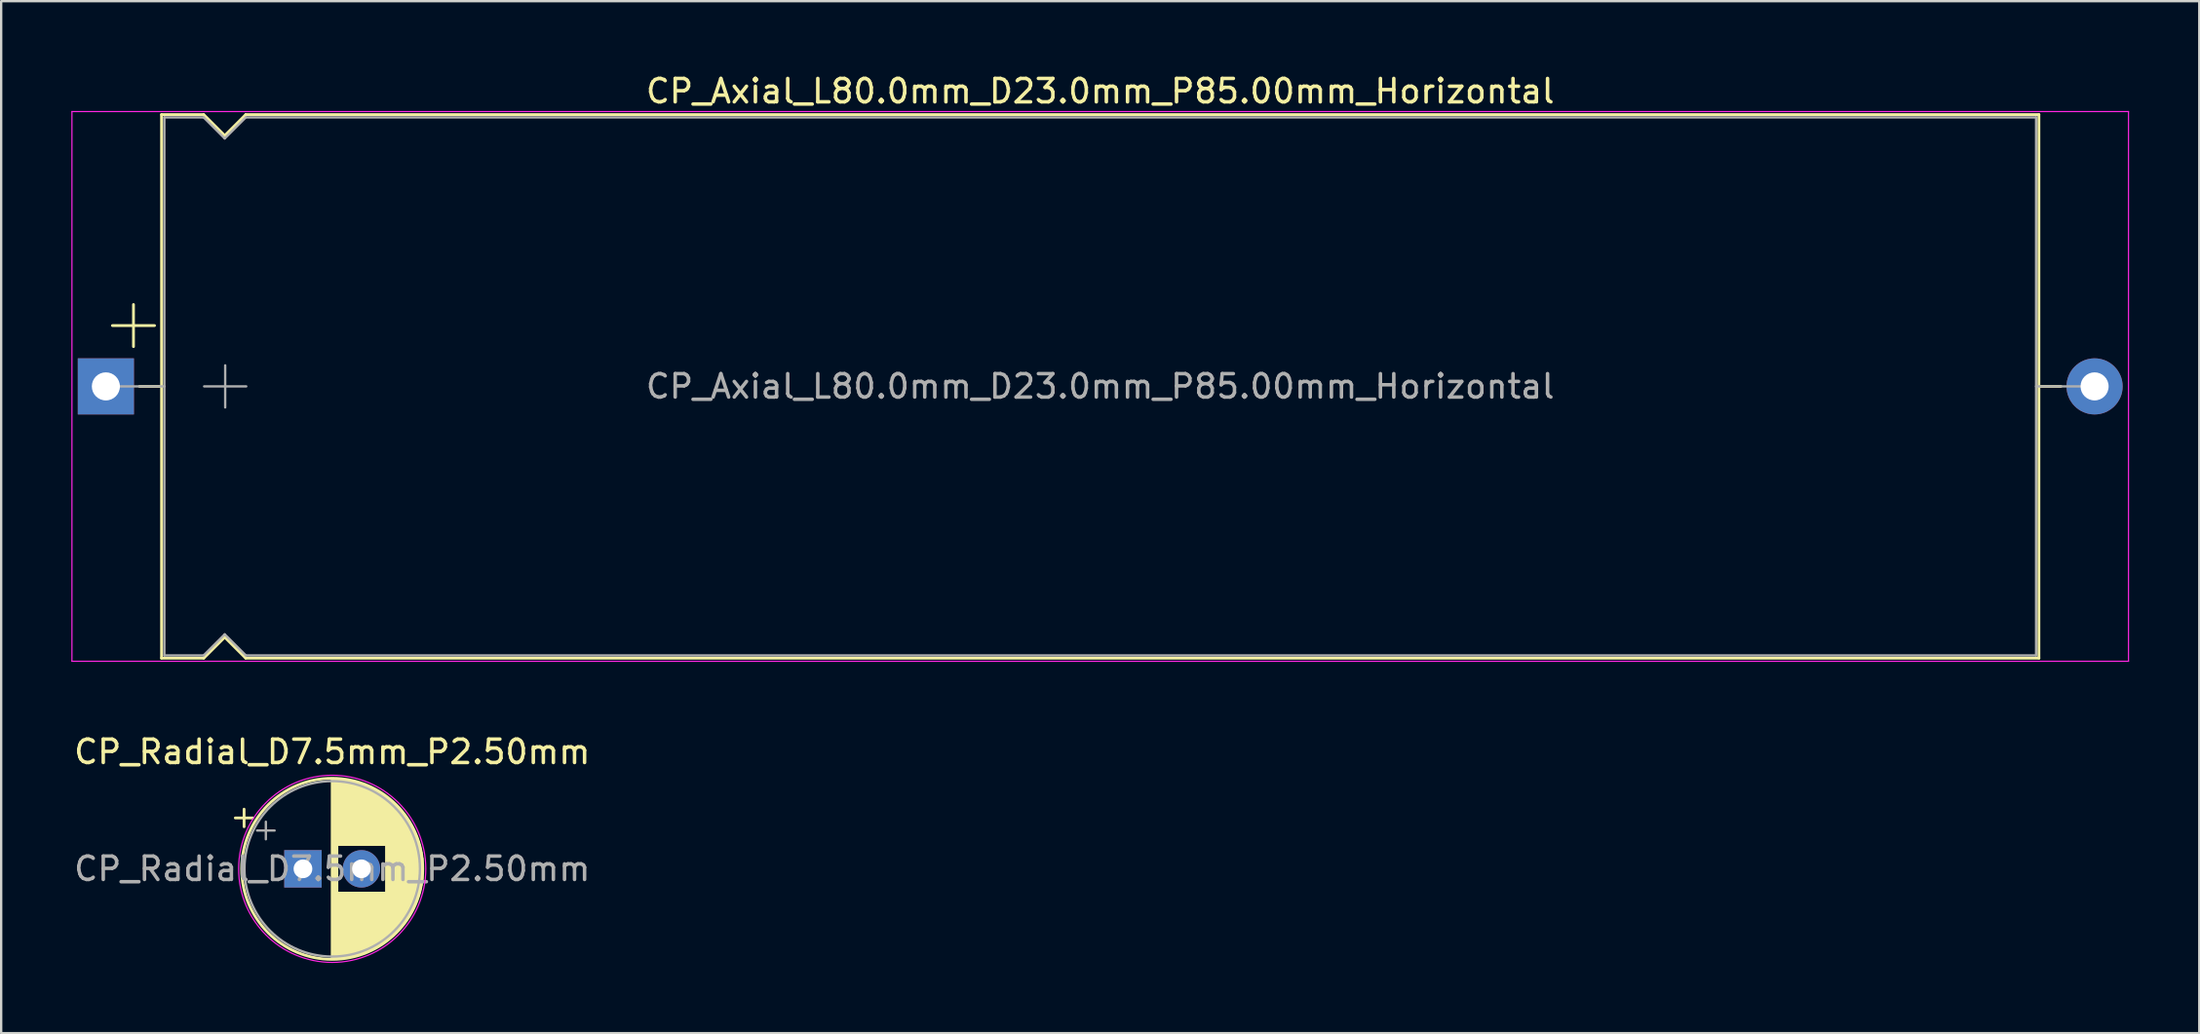
<source format=kicad_pcb>
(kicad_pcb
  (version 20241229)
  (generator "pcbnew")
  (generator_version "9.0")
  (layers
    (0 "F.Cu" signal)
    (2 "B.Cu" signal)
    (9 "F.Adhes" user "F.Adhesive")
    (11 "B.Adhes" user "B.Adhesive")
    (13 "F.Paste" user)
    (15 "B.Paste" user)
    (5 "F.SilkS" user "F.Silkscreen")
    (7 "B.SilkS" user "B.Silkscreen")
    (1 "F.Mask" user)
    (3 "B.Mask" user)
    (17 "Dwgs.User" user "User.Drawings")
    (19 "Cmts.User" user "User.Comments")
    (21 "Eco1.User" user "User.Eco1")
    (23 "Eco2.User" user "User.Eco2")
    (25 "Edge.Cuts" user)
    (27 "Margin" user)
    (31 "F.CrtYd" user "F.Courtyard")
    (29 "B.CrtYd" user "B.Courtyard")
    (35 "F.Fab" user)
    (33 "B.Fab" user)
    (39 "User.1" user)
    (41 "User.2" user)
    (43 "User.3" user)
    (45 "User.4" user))
  (footprint "CP_Radial_D7.5mm_P2.50mm"
    (layer "F.Cu")
    (at 9.899 34.092)
    (property "Reference" "CP_Radial_D7.5mm_P2.50mm" (at 1.25 -5 0) (layer "F.SilkS") (effects (font (size 1 1) (thickness 0.15))))
    (attr through_hole)
    (fp_line (start -2.892 -2.175) (end -2.142 -2.175) (stroke (width 0.12) (type solid)) (layer "F.SilkS"))
    (fp_line (start -2.517 -2.55) (end -2.517 -1.8) (stroke (width 0.12) (type solid)) (layer "F.SilkS"))
    (fp_line (start 1.25 -3.83) (end 1.25 3.83) (stroke (width 0.12) (type solid)) (layer "F.SilkS"))
    (fp_line (start 1.29 -3.83) (end 1.29 3.83) (stroke (width 0.12) (type solid)) (layer "F.SilkS"))
    (fp_line (start 1.33 -3.83) (end 1.33 3.83) (stroke (width 0.12) (type solid)) (layer "F.SilkS"))
    (fp_line (start 1.37 -3.829) (end 1.37 3.829) (stroke (width 0.12) (type solid)) (layer "F.SilkS"))
    (fp_line (start 1.41 -3.827) (end 1.41 3.827) (stroke (width 0.12) (type solid)) (layer "F.SilkS"))
    (fp_line (start 1.45 -3.825) (end 1.45 3.825) (stroke (width 0.12) (type solid)) (layer "F.SilkS"))
    (fp_line (start 1.49 -3.823) (end 1.49 -1.04) (stroke (width 0.12) (type solid)) (layer "F.SilkS"))
    (fp_line (start 1.49 1.04) (end 1.49 3.823) (stroke (width 0.12) (type solid)) (layer "F.SilkS"))
    (fp_line (start 1.53 -3.82) (end 1.53 -1.04) (stroke (width 0.12) (type solid)) (layer "F.SilkS"))
    (fp_line (start 1.53 1.04) (end 1.53 3.82) (stroke (width 0.12) (type solid)) (layer "F.SilkS"))
    (fp_line (start 1.57 -3.817) (end 1.57 -1.04) (stroke (width 0.12) (type solid)) (layer "F.SilkS"))
    (fp_line (start 1.57 1.04) (end 1.57 3.817) (stroke (width 0.12) (type solid)) (layer "F.SilkS"))
    (fp_line (start 1.61 -3.814) (end 1.61 -1.04) (stroke (width 0.12) (type solid)) (layer "F.SilkS"))
    (fp_line (start 1.61 1.04) (end 1.61 3.814) (stroke (width 0.12) (type solid)) (layer "F.SilkS"))
    (fp_line (start 1.65 -3.81) (end 1.65 -1.04) (stroke (width 0.12) (type solid)) (layer "F.SilkS"))
    (fp_line (start 1.65 1.04) (end 1.65 3.81) (stroke (width 0.12) (type solid)) (layer "F.SilkS"))
    (fp_line (start 1.69 -3.805) (end 1.69 -1.04) (stroke (width 0.12) (type solid)) (layer "F.SilkS"))
    (fp_line (start 1.69 1.04) (end 1.69 3.805) (stroke (width 0.12) (type solid)) (layer "F.SilkS"))
    (fp_line (start 1.73 -3.801) (end 1.73 -1.04) (stroke (width 0.12) (type solid)) (layer "F.SilkS"))
    (fp_line (start 1.73 1.04) (end 1.73 3.801) (stroke (width 0.12) (type solid)) (layer "F.SilkS"))
    (fp_line (start 1.77 -3.795) (end 1.77 -1.04) (stroke (width 0.12) (type solid)) (layer "F.SilkS"))
    (fp_line (start 1.77 1.04) (end 1.77 3.795) (stroke (width 0.12) (type solid)) (layer "F.SilkS"))
    (fp_line (start 1.81 -3.79) (end 1.81 -1.04) (stroke (width 0.12) (type solid)) (layer "F.SilkS"))
    (fp_line (start 1.81 1.04) (end 1.81 3.79) (stroke (width 0.12) (type solid)) (layer "F.SilkS"))
    (fp_line (start 1.85 -3.784) (end 1.85 -1.04) (stroke (width 0.12) (type solid)) (layer "F.SilkS"))
    (fp_line (start 1.85 1.04) (end 1.85 3.784) (stroke (width 0.12) (type solid)) (layer "F.SilkS"))
    (fp_line (start 1.89 -3.777) (end 1.89 -1.04) (stroke (width 0.12) (type solid)) (layer "F.SilkS"))
    (fp_line (start 1.89 1.04) (end 1.89 3.777) (stroke (width 0.12) (type solid)) (layer "F.SilkS"))
    (fp_line (start 1.93 -3.77) (end 1.93 -1.04) (stroke (width 0.12) (type solid)) (layer "F.SilkS"))
    (fp_line (start 1.93 1.04) (end 1.93 3.77) (stroke (width 0.12) (type solid)) (layer "F.SilkS"))
    (fp_line (start 1.971 -3.763) (end 1.971 -1.04) (stroke (width 0.12) (type solid)) (layer "F.SilkS"))
    (fp_line (start 1.971 1.04) (end 1.971 3.763) (stroke (width 0.12) (type solid)) (layer "F.SilkS"))
    (fp_line (start 2.011 -3.755) (end 2.011 -1.04) (stroke (width 0.12) (type solid)) (layer "F.SilkS"))
    (fp_line (start 2.011 1.04) (end 2.011 3.755) (stroke (width 0.12) (type solid)) (layer "F.SilkS"))
    (fp_line (start 2.051 -3.747) (end 2.051 -1.04) (stroke (width 0.12) (type solid)) (layer "F.SilkS"))
    (fp_line (start 2.051 1.04) (end 2.051 3.747) (stroke (width 0.12) (type solid)) (layer "F.SilkS"))
    (fp_line (start 2.091 -3.738) (end 2.091 -1.04) (stroke (width 0.12) (type solid)) (layer "F.SilkS"))
    (fp_line (start 2.091 1.04) (end 2.091 3.738) (stroke (width 0.12) (type solid)) (layer "F.SilkS"))
    (fp_line (start 2.131 -3.729) (end 2.131 -1.04) (stroke (width 0.12) (type solid)) (layer "F.SilkS"))
    (fp_line (start 2.131 1.04) (end 2.131 3.729) (stroke (width 0.12) (type solid)) (layer "F.SilkS"))
    (fp_line (start 2.171 -3.72) (end 2.171 -1.04) (stroke (width 0.12) (type solid)) (layer "F.SilkS"))
    (fp_line (start 2.171 1.04) (end 2.171 3.72) (stroke (width 0.12) (type solid)) (layer "F.SilkS"))
    (fp_line (start 2.211 -3.71) (end 2.211 -1.04) (stroke (width 0.12) (type solid)) (layer "F.SilkS"))
    (fp_line (start 2.211 1.04) (end 2.211 3.71) (stroke (width 0.12) (type solid)) (layer "F.SilkS"))
    (fp_line (start 2.251 -3.699) (end 2.251 -1.04) (stroke (width 0.12) (type solid)) (layer "F.SilkS"))
    (fp_line (start 2.251 1.04) (end 2.251 3.699) (stroke (width 0.12) (type solid)) (layer "F.SilkS"))
    (fp_line (start 2.291 -3.688) (end 2.291 -1.04) (stroke (width 0.12) (type solid)) (layer "F.SilkS"))
    (fp_line (start 2.291 1.04) (end 2.291 3.688) (stroke (width 0.12) (type solid)) (layer "F.SilkS"))
    (fp_line (start 2.331 -3.677) (end 2.331 -1.04) (stroke (width 0.12) (type solid)) (layer "F.SilkS"))
    (fp_line (start 2.331 1.04) (end 2.331 3.677) (stroke (width 0.12) (type solid)) (layer "F.SilkS"))
    (fp_line (start 2.371 -3.665) (end 2.371 -1.04) (stroke (width 0.12) (type solid)) (layer "F.SilkS"))
    (fp_line (start 2.371 1.04) (end 2.371 3.665) (stroke (width 0.12) (type solid)) (layer "F.SilkS"))
    (fp_line (start 2.411 -3.653) (end 2.411 -1.04) (stroke (width 0.12) (type solid)) (layer "F.SilkS"))
    (fp_line (start 2.411 1.04) (end 2.411 3.653) (stroke (width 0.12) (type solid)) (layer "F.SilkS"))
    (fp_line (start 2.451 -3.64) (end 2.451 -1.04) (stroke (width 0.12) (type solid)) (layer "F.SilkS"))
    (fp_line (start 2.451 1.04) (end 2.451 3.64) (stroke (width 0.12) (type solid)) (layer "F.SilkS"))
    (fp_line (start 2.491 -3.626) (end 2.491 -1.04) (stroke (width 0.12) (type solid)) (layer "F.SilkS"))
    (fp_line (start 2.491 1.04) (end 2.491 3.626) (stroke (width 0.12) (type solid)) (layer "F.SilkS"))
    (fp_line (start 2.531 -3.613) (end 2.531 -1.04) (stroke (width 0.12) (type solid)) (layer "F.SilkS"))
    (fp_line (start 2.531 1.04) (end 2.531 3.613) (stroke (width 0.12) (type solid)) (layer "F.SilkS"))
    (fp_line (start 2.571 -3.598) (end 2.571 -1.04) (stroke (width 0.12) (type solid)) (layer "F.SilkS"))
    (fp_line (start 2.571 1.04) (end 2.571 3.598) (stroke (width 0.12) (type solid)) (layer "F.SilkS"))
    (fp_line (start 2.611 -3.584) (end 2.611 -1.04) (stroke (width 0.12) (type solid)) (layer "F.SilkS"))
    (fp_line (start 2.611 1.04) (end 2.611 3.584) (stroke (width 0.12) (type solid)) (layer "F.SilkS"))
    (fp_line (start 2.651 -3.568) (end 2.651 -1.04) (stroke (width 0.12) (type solid)) (layer "F.SilkS"))
    (fp_line (start 2.651 1.04) (end 2.651 3.568) (stroke (width 0.12) (type solid)) (layer "F.SilkS"))
    (fp_line (start 2.691 -3.553) (end 2.691 -1.04) (stroke (width 0.12) (type solid)) (layer "F.SilkS"))
    (fp_line (start 2.691 1.04) (end 2.691 3.553) (stroke (width 0.12) (type solid)) (layer "F.SilkS"))
    (fp_line (start 2.731 -3.536) (end 2.731 -1.04) (stroke (width 0.12) (type solid)) (layer "F.SilkS"))
    (fp_line (start 2.731 1.04) (end 2.731 3.536) (stroke (width 0.12) (type solid)) (layer "F.SilkS"))
    (fp_line (start 2.771 -3.52) (end 2.771 -1.04) (stroke (width 0.12) (type solid)) (layer "F.SilkS"))
    (fp_line (start 2.771 1.04) (end 2.771 3.52) (stroke (width 0.12) (type solid)) (layer "F.SilkS"))
    (fp_line (start 2.811 -3.502) (end 2.811 -1.04) (stroke (width 0.12) (type solid)) (layer "F.SilkS"))
    (fp_line (start 2.811 1.04) (end 2.811 3.502) (stroke (width 0.12) (type solid)) (layer "F.SilkS"))
    (fp_line (start 2.851 -3.484) (end 2.851 -1.04) (stroke (width 0.12) (type solid)) (layer "F.SilkS"))
    (fp_line (start 2.851 1.04) (end 2.851 3.484) (stroke (width 0.12) (type solid)) (layer "F.SilkS"))
    (fp_line (start 2.891 -3.466) (end 2.891 -1.04) (stroke (width 0.12) (type solid)) (layer "F.SilkS"))
    (fp_line (start 2.891 1.04) (end 2.891 3.466) (stroke (width 0.12) (type solid)) (layer "F.SilkS"))
    (fp_line (start 2.931 -3.447) (end 2.931 -1.04) (stroke (width 0.12) (type solid)) (layer "F.SilkS"))
    (fp_line (start 2.931 1.04) (end 2.931 3.447) (stroke (width 0.12) (type solid)) (layer "F.SilkS"))
    (fp_line (start 2.971 -3.427) (end 2.971 -1.04) (stroke (width 0.12) (type solid)) (layer "F.SilkS"))
    (fp_line (start 2.971 1.04) (end 2.971 3.427) (stroke (width 0.12) (type solid)) (layer "F.SilkS"))
    (fp_line (start 3.011 -3.407) (end 3.011 -1.04) (stroke (width 0.12) (type solid)) (layer "F.SilkS"))
    (fp_line (start 3.011 1.04) (end 3.011 3.407) (stroke (width 0.12) (type solid)) (layer "F.SilkS"))
    (fp_line (start 3.051 -3.386) (end 3.051 -1.04) (stroke (width 0.12) (type solid)) (layer "F.SilkS"))
    (fp_line (start 3.051 1.04) (end 3.051 3.386) (stroke (width 0.12) (type solid)) (layer "F.SilkS"))
    (fp_line (start 3.091 -3.365) (end 3.091 -1.04) (stroke (width 0.12) (type solid)) (layer "F.SilkS"))
    (fp_line (start 3.091 1.04) (end 3.091 3.365) (stroke (width 0.12) (type solid)) (layer "F.SilkS"))
    (fp_line (start 3.131 -3.343) (end 3.131 -1.04) (stroke (width 0.12) (type solid)) (layer "F.SilkS"))
    (fp_line (start 3.131 1.04) (end 3.131 3.343) (stroke (width 0.12) (type solid)) (layer "F.SilkS"))
    (fp_line (start 3.171 -3.321) (end 3.171 -1.04) (stroke (width 0.12) (type solid)) (layer "F.SilkS"))
    (fp_line (start 3.171 1.04) (end 3.171 3.321) (stroke (width 0.12) (type solid)) (layer "F.SilkS"))
    (fp_line (start 3.211 -3.297) (end 3.211 -1.04) (stroke (width 0.12) (type solid)) (layer "F.SilkS"))
    (fp_line (start 3.211 1.04) (end 3.211 3.297) (stroke (width 0.12) (type solid)) (layer "F.SilkS"))
    (fp_line (start 3.251 -3.274) (end 3.251 -1.04) (stroke (width 0.12) (type solid)) (layer "F.SilkS"))
    (fp_line (start 3.251 1.04) (end 3.251 3.274) (stroke (width 0.12) (type solid)) (layer "F.SilkS"))
    (fp_line (start 3.291 -3.249) (end 3.291 -1.04) (stroke (width 0.12) (type solid)) (layer "F.SilkS"))
    (fp_line (start 3.291 1.04) (end 3.291 3.249) (stroke (width 0.12) (type solid)) (layer "F.SilkS"))
    (fp_line (start 3.331 -3.224) (end 3.331 -1.04) (stroke (width 0.12) (type solid)) (layer "F.SilkS"))
    (fp_line (start 3.331 1.04) (end 3.331 3.224) (stroke (width 0.12) (type solid)) (layer "F.SilkS"))
    (fp_line (start 3.371 -3.198) (end 3.371 -1.04) (stroke (width 0.12) (type solid)) (layer "F.SilkS"))
    (fp_line (start 3.371 1.04) (end 3.371 3.198) (stroke (width 0.12) (type solid)) (layer "F.SilkS"))
    (fp_line (start 3.411 -3.172) (end 3.411 -1.04) (stroke (width 0.12) (type solid)) (layer "F.SilkS"))
    (fp_line (start 3.411 1.04) (end 3.411 3.172) (stroke (width 0.12) (type solid)) (layer "F.SilkS"))
    (fp_line (start 3.451 -3.144) (end 3.451 -1.04) (stroke (width 0.12) (type solid)) (layer "F.SilkS"))
    (fp_line (start 3.451 1.04) (end 3.451 3.144) (stroke (width 0.12) (type solid)) (layer "F.SilkS"))
    (fp_line (start 3.491 -3.116) (end 3.491 -1.04) (stroke (width 0.12) (type solid)) (layer "F.SilkS"))
    (fp_line (start 3.491 1.04) (end 3.491 3.116) (stroke (width 0.12) (type solid)) (layer "F.SilkS"))
    (fp_line (start 3.531 -3.088) (end 3.531 -1.04) (stroke (width 0.12) (type solid)) (layer "F.SilkS"))
    (fp_line (start 3.531 1.04) (end 3.531 3.088) (stroke (width 0.12) (type solid)) (layer "F.SilkS"))
    (fp_line (start 3.571 -3.058) (end 3.571 3.058) (stroke (width 0.12) (type solid)) (layer "F.SilkS"))
    (fp_line (start 3.611 -3.028) (end 3.611 3.028) (stroke (width 0.12) (type solid)) (layer "F.SilkS"))
    (fp_line (start 3.651 -2.996) (end 3.651 2.996) (stroke (width 0.12) (type solid)) (layer "F.SilkS"))
    (fp_line (start 3.691 -2.964) (end 3.691 2.964) (stroke (width 0.12) (type solid)) (layer "F.SilkS"))
    (fp_line (start 3.731 -2.931) (end 3.731 2.931) (stroke (width 0.12) (type solid)) (layer "F.SilkS"))
    (fp_line (start 3.771 -2.898) (end 3.771 2.898) (stroke (width 0.12) (type solid)) (layer "F.SilkS"))
    (fp_line (start 3.811 -2.863) (end 3.811 2.863) (stroke (width 0.12) (type solid)) (layer "F.SilkS"))
    (fp_line (start 3.851 -2.827) (end 3.851 2.827) (stroke (width 0.12) (type solid)) (layer "F.SilkS"))
    (fp_line (start 3.891 -2.79) (end 3.891 2.79) (stroke (width 0.12) (type solid)) (layer "F.SilkS"))
    (fp_line (start 3.931 -2.752) (end 3.931 2.752) (stroke (width 0.12) (type solid)) (layer "F.SilkS"))
    (fp_line (start 3.971 -2.713) (end 3.971 2.713) (stroke (width 0.12) (type solid)) (layer "F.SilkS"))
    (fp_line (start 4.011 -2.673) (end 4.011 2.673) (stroke (width 0.12) (type solid)) (layer "F.SilkS"))
    (fp_line (start 4.051 -2.632) (end 4.051 2.632) (stroke (width 0.12) (type solid)) (layer "F.SilkS"))
    (fp_line (start 4.091 -2.589) (end 4.091 2.589) (stroke (width 0.12) (type solid)) (layer "F.SilkS"))
    (fp_line (start 4.131 -2.546) (end 4.131 2.546) (stroke (width 0.12) (type solid)) (layer "F.SilkS"))
    (fp_line (start 4.171 -2.5) (end 4.171 2.5) (stroke (width 0.12) (type solid)) (layer "F.SilkS"))
    (fp_line (start 4.211 -2.454) (end 4.211 2.454) (stroke (width 0.12) (type solid)) (layer "F.SilkS"))
    (fp_line (start 4.251 -2.405) (end 4.251 2.405) (stroke (width 0.12) (type solid)) (layer "F.SilkS"))
    (fp_line (start 4.291 -2.355) (end 4.291 2.355) (stroke (width 0.12) (type solid)) (layer "F.SilkS"))
    (fp_line (start 4.331 -2.304) (end 4.331 2.304) (stroke (width 0.12) (type solid)) (layer "F.SilkS"))
    (fp_line (start 4.371 -2.25) (end 4.371 2.25) (stroke (width 0.12) (type solid)) (layer "F.SilkS"))
    (fp_line (start 4.411 -2.195) (end 4.411 2.195) (stroke (width 0.12) (type solid)) (layer "F.SilkS"))
    (fp_line (start 4.451 -2.137) (end 4.451 2.137) (stroke (width 0.12) (type solid)) (layer "F.SilkS"))
    (fp_line (start 4.491 -2.077) (end 4.491 2.077) (stroke (width 0.12) (type solid)) (layer "F.SilkS"))
    (fp_line (start 4.531 -2.014) (end 4.531 2.014) (stroke (width 0.12) (type solid)) (layer "F.SilkS"))
    (fp_line (start 4.571 -1.949) (end 4.571 1.949) (stroke (width 0.12) (type solid)) (layer "F.SilkS"))
    (fp_line (start 4.611 -1.881) (end 4.611 1.881) (stroke (width 0.12) (type solid)) (layer "F.SilkS"))
    (fp_line (start 4.651 -1.809) (end 4.651 1.809) (stroke (width 0.12) (type solid)) (layer "F.SilkS"))
    (fp_line (start 4.691 -1.733) (end 4.691 1.733) (stroke (width 0.12) (type solid)) (layer "F.SilkS"))
    (fp_line (start 4.731 -1.654) (end 4.731 1.654) (stroke (width 0.12) (type solid)) (layer "F.SilkS"))
    (fp_line (start 4.771 -1.569) (end 4.771 1.569) (stroke (width 0.12) (type solid)) (layer "F.SilkS"))
    (fp_line (start 4.811 -1.478) (end 4.811 1.478) (stroke (width 0.12) (type solid)) (layer "F.SilkS"))
    (fp_line (start 4.851 -1.381) (end 4.851 1.381) (stroke (width 0.12) (type solid)) (layer "F.SilkS"))
    (fp_line (start 4.891 -1.275) (end 4.891 1.275) (stroke (width 0.12) (type solid)) (layer "F.SilkS"))
    (fp_line (start 4.931 -1.158) (end 4.931 1.158) (stroke (width 0.12) (type solid)) (layer "F.SilkS"))
    (fp_line (start 4.971 -1.028) (end 4.971 1.028) (stroke (width 0.12) (type solid)) (layer "F.SilkS"))
    (fp_line (start 5.011 -0.877) (end 5.011 0.877) (stroke (width 0.12) (type solid)) (layer "F.SilkS"))
    (fp_line (start 5.051 -0.693) (end 5.051 0.693) (stroke (width 0.12) (type solid)) (layer "F.SilkS"))
    (fp_line (start 5.091 -0.441) (end 5.091 0.441) (stroke (width 0.12) (type solid)) (layer "F.SilkS"))
    (fp_circle (center 1.25 0) (end 5.12 0) (stroke (width 0.12) (type solid)) (fill no) (layer "F.SilkS"))
    (fp_circle (center 1.25 0) (end 5.25 0) (stroke (width 0.05) (type solid)) (fill no) (layer "F.CrtYd"))
    (fp_line (start -1.961 -1.637) (end -1.211 -1.637) (stroke (width 0.1) (type solid)) (layer "F.Fab"))
    (fp_line (start -1.586 -2.013) (end -1.586 -1.262) (stroke (width 0.1) (type solid)) (layer "F.Fab"))
    (fp_circle (center 1.25 0) (end 5 0) (stroke (width 0.1) (type solid)) (fill no) (layer "F.Fab"))
    (fp_text user "${REFERENCE}" (at 1.25 0 0) (layer "F.Fab") (effects (font (size 1 1) (thickness 0.15))))
    (pad "1" thru_hole rect (at 0 0) (size 1.6 1.6) (drill 0.8) (layers "*.Cu" "*.Mask"))
    (pad "2" thru_hole circle (at 2.5 0) (size 1.6 1.6) (drill 0.8) (layers "*.Cu" "*.Mask")))
  (footprint "CP_Axial_L80.0mm_D23.0mm_P85.00mm_Horizontal"
    (layer "F.Cu")
    (at 1.475 13.468)
    (property "Reference" "CP_Axial_L80.0mm_D23.0mm_P85.00mm_Horizontal" (at 42.5 -12.62 0) (layer "F.SilkS") (effects (font (size 1 1) (thickness 0.15))))
    (attr through_hole)
    (fp_line (start 0.28 -2.6) (end 2.08 -2.6) (stroke (width 0.12) (type solid)) (layer "F.SilkS"))
    (fp_line (start 1.18 -3.5) (end 1.18 -1.7) (stroke (width 0.12) (type solid)) (layer "F.SilkS"))
    (fp_line (start 1.44 0) (end 2.38 0) (stroke (width 0.12) (type solid)) (layer "F.SilkS"))
    (fp_line (start 2.38 -11.62) (end 2.38 11.62) (stroke (width 0.12) (type solid)) (layer "F.SilkS"))
    (fp_line (start 2.38 -11.62) (end 4.18 -11.62) (stroke (width 0.12) (type solid)) (layer "F.SilkS"))
    (fp_line (start 2.38 11.62) (end 4.18 11.62) (stroke (width 0.12) (type solid)) (layer "F.SilkS"))
    (fp_line (start 4.18 -11.62) (end 5.08 -10.72) (stroke (width 0.12) (type solid)) (layer "F.SilkS"))
    (fp_line (start 4.18 11.62) (end 5.08 10.72) (stroke (width 0.12) (type solid)) (layer "F.SilkS"))
    (fp_line (start 5.08 -10.72) (end 5.98 -11.62) (stroke (width 0.12) (type solid)) (layer "F.SilkS"))
    (fp_line (start 5.08 10.72) (end 5.98 11.62) (stroke (width 0.12) (type solid)) (layer "F.SilkS"))
    (fp_line (start 5.98 -11.62) (end 82.62 -11.62) (stroke (width 0.12) (type solid)) (layer "F.SilkS"))
    (fp_line (start 5.98 11.62) (end 82.62 11.62) (stroke (width 0.12) (type solid)) (layer "F.SilkS"))
    (fp_line (start 82.62 -11.62) (end 82.62 11.62) (stroke (width 0.12) (type solid)) (layer "F.SilkS"))
    (fp_line (start 83.56 0) (end 82.62 0) (stroke (width 0.12) (type solid)) (layer "F.SilkS"))
    (fp_line (start -1.45 -11.75) (end -1.45 11.75) (stroke (width 0.05) (type solid)) (layer "F.CrtYd"))
    (fp_line (start -1.45 11.75) (end 86.45 11.75) (stroke (width 0.05) (type solid)) (layer "F.CrtYd"))
    (fp_line (start 86.45 -11.75) (end -1.45 -11.75) (stroke (width 0.05) (type solid)) (layer "F.CrtYd"))
    (fp_line (start 86.45 11.75) (end 86.45 -11.75) (stroke (width 0.05) (type solid)) (layer "F.CrtYd"))
    (fp_line (start 0 0) (end 2.5 0) (stroke (width 0.1) (type solid)) (layer "F.Fab"))
    (fp_line (start 2.5 -11.5) (end 2.5 11.5) (stroke (width 0.1) (type solid)) (layer "F.Fab"))
    (fp_line (start 2.5 -11.5) (end 4.18 -11.5) (stroke (width 0.1) (type solid)) (layer "F.Fab"))
    (fp_line (start 2.5 11.5) (end 4.18 11.5) (stroke (width 0.1) (type solid)) (layer "F.Fab"))
    (fp_line (start 4.18 -11.5) (end 5.08 -10.6) (stroke (width 0.1) (type solid)) (layer "F.Fab"))
    (fp_line (start 4.18 11.5) (end 5.08 10.6) (stroke (width 0.1) (type solid)) (layer "F.Fab"))
    (fp_line (start 4.2 0) (end 6 0) (stroke (width 0.1) (type solid)) (layer "F.Fab"))
    (fp_line (start 5.08 -10.6) (end 5.98 -11.5) (stroke (width 0.1) (type solid)) (layer "F.Fab"))
    (fp_line (start 5.08 10.6) (end 5.98 11.5) (stroke (width 0.1) (type solid)) (layer "F.Fab"))
    (fp_line (start 5.1 -0.9) (end 5.1 0.9) (stroke (width 0.1) (type solid)) (layer "F.Fab"))
    (fp_line (start 5.98 -11.5) (end 82.5 -11.5) (stroke (width 0.1) (type solid)) (layer "F.Fab"))
    (fp_line (start 5.98 11.5) (end 82.5 11.5) (stroke (width 0.1) (type solid)) (layer "F.Fab"))
    (fp_line (start 82.5 -11.5) (end 82.5 11.5) (stroke (width 0.1) (type solid)) (layer "F.Fab"))
    (fp_line (start 85 0) (end 82.5 0) (stroke (width 0.1) (type solid)) (layer "F.Fab"))
    (fp_text user "${REFERENCE}" (at 42.5 0 0) (layer "F.Fab") (effects (font (size 1 1) (thickness 0.15))))
    (pad "1" thru_hole rect (at 0 0) (size 2.4 2.4) (drill 1.2) (layers "*.Cu" "*.Mask"))
    (pad "2" thru_hole oval (at 85 0) (size 2.4 2.4) (drill 1.2) (layers "*.Cu" "*.Mask")))
  (gr_rect
    (start -3 -3)
    (end 90.95 41.117)
    (stroke (width 0.1) (type default))
    (fill no)
    (layer "Edge.Cuts")))
</source>
